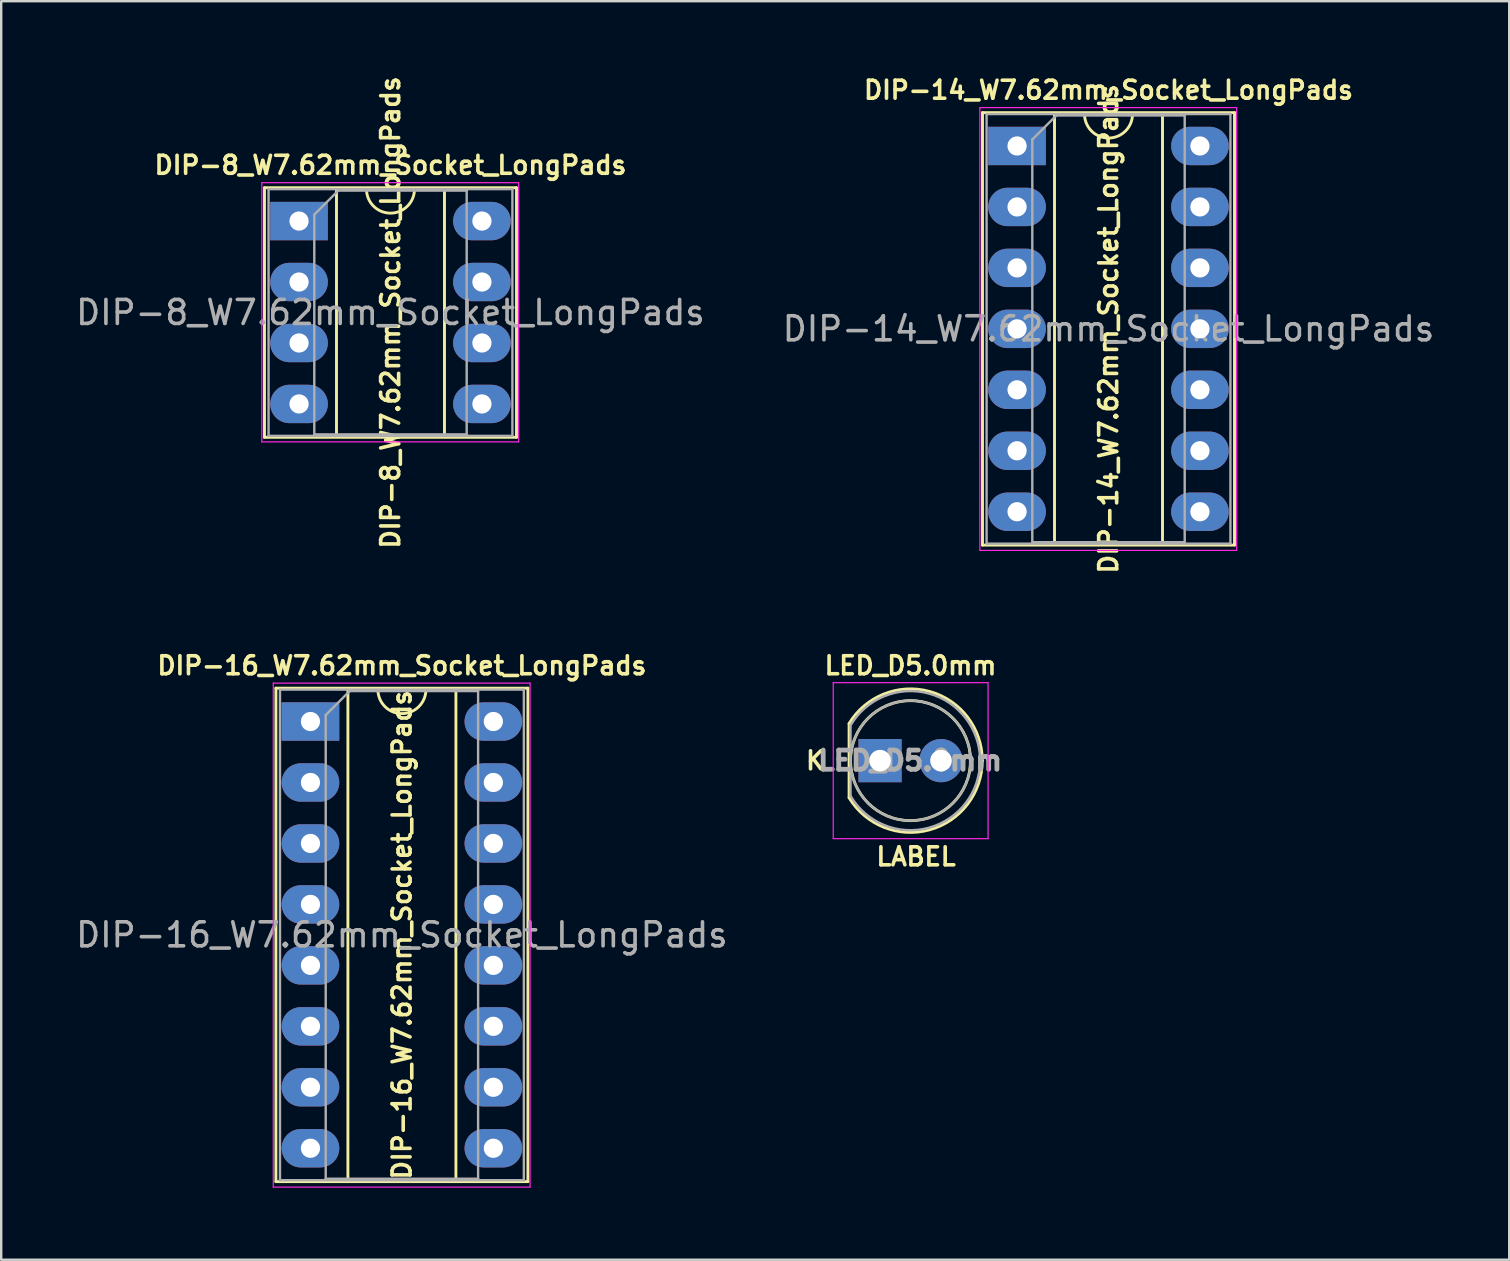
<source format=kicad_pcb>
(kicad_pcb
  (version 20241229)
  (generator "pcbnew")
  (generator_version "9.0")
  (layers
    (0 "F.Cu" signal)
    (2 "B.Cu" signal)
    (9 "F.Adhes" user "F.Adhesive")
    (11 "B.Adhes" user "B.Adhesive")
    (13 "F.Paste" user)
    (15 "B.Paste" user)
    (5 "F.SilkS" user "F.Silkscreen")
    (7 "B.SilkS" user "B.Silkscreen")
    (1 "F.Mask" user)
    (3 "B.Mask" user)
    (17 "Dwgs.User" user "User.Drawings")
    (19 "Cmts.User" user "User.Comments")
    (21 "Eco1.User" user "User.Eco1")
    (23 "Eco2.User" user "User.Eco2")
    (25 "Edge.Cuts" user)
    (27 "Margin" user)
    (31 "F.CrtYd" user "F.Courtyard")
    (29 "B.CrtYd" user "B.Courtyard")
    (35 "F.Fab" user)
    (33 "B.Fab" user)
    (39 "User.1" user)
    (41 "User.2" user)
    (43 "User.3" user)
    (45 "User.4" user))
  (footprint "DIP-14_W7.62mm_Socket_LongPads"
    (layer "F.Cu")
    (at 39.327 3.032)
    (property "Reference" "DIP-14_W7.62mm_Socket_LongPads" (at 3.81 -2.33 0) (layer "F.SilkS") (effects (font (size 0.75 0.75) (thickness 0.15))))
    (property "Value" "DIP-14_W7.62mm_Socket_LongPads" (at 3.81 17.57 0) (layer "F.Fab") (hide yes) (effects (font (size 1 1) (thickness 0.15))))
    (attr through_hole)
    (fp_line (start -1.44 -1.39) (end -1.44 16.63) (stroke (width 0.12) (type solid)) (layer "F.SilkS"))
    (fp_line (start -1.44 16.63) (end 9.06 16.63) (stroke (width 0.12) (type solid)) (layer "F.SilkS"))
    (fp_line (start 1.56 -1.33) (end 1.56 16.57) (stroke (width 0.12) (type solid)) (layer "F.SilkS"))
    (fp_line (start 1.56 16.57) (end 6.06 16.57) (stroke (width 0.12) (type solid)) (layer "F.SilkS"))
    (fp_line (start 2.81 -1.33) (end 1.56 -1.33) (stroke (width 0.12) (type solid)) (layer "F.SilkS"))
    (fp_line (start 6.06 -1.33) (end 4.81 -1.33) (stroke (width 0.12) (type solid)) (layer "F.SilkS"))
    (fp_line (start 6.06 16.57) (end 6.06 -1.33) (stroke (width 0.12) (type solid)) (layer "F.SilkS"))
    (fp_line (start 9.06 -1.39) (end -1.44 -1.39) (stroke (width 0.12) (type solid)) (layer "F.SilkS"))
    (fp_line (start 9.06 16.63) (end 9.06 -1.39) (stroke (width 0.12) (type solid)) (layer "F.SilkS"))
    (fp_arc (start 4.81 -1.33) (mid 3.81 -0.33) (end 2.81 -1.33) (stroke (width 0.12) (type solid)) (layer "F.SilkS"))
    (fp_line (start -1.55 -1.6) (end -1.55 16.85) (stroke (width 0.05) (type solid)) (layer "F.CrtYd"))
    (fp_line (start -1.55 16.85) (end 9.15 16.85) (stroke (width 0.05) (type solid)) (layer "F.CrtYd"))
    (fp_line (start 9.15 -1.6) (end -1.55 -1.6) (stroke (width 0.05) (type solid)) (layer "F.CrtYd"))
    (fp_line (start 9.15 16.85) (end 9.15 -1.6) (stroke (width 0.05) (type solid)) (layer "F.CrtYd"))
    (fp_line (start -1.27 -1.33) (end -1.27 16.57) (stroke (width 0.1) (type solid)) (layer "F.Fab"))
    (fp_line (start -1.27 16.57) (end 8.89 16.57) (stroke (width 0.1) (type solid)) (layer "F.Fab"))
    (fp_line (start 0.635 -0.27) (end 1.635 -1.27) (stroke (width 0.1) (type solid)) (layer "F.Fab"))
    (fp_line (start 0.635 16.51) (end 0.635 -0.27) (stroke (width 0.1) (type solid)) (layer "F.Fab"))
    (fp_line (start 1.635 -1.27) (end 6.985 -1.27) (stroke (width 0.1) (type solid)) (layer "F.Fab"))
    (fp_line (start 6.985 -1.27) (end 6.985 16.51) (stroke (width 0.1) (type solid)) (layer "F.Fab"))
    (fp_line (start 6.985 16.51) (end 0.635 16.51) (stroke (width 0.1) (type solid)) (layer "F.Fab"))
    (fp_line (start 8.89 -1.33) (end -1.27 -1.33) (stroke (width 0.1) (type solid)) (layer "F.Fab"))
    (fp_line (start 8.89 16.57) (end 8.89 -1.33) (stroke (width 0.1) (type solid)) (layer "F.Fab"))
    (fp_text user "${VALUE}" (at 3.81 7.62 90) (layer "F.SilkS") (effects (font (size 0.75 0.75) (thickness 0.15))))
    (fp_text user "${REFERENCE}" (at 3.81 7.62 0) (layer "F.Fab") (effects (font (size 1 1) (thickness 0.15))))
    (pad "1" thru_hole rect (at 0 0) (size 2.4 1.6) (drill 0.8) (layers "*.Cu" "*.Mask"))
    (pad "2" thru_hole oval (at 0 2.54) (size 2.4 1.6) (drill 0.8) (layers "*.Cu" "*.Mask"))
    (pad "3" thru_hole oval (at 0 5.08) (size 2.4 1.6) (drill 0.8) (layers "*.Cu" "*.Mask"))
    (pad "4" thru_hole oval (at 0 7.62) (size 2.4 1.6) (drill 0.8) (layers "*.Cu" "*.Mask"))
    (pad "5" thru_hole oval (at 0 10.16) (size 2.4 1.6) (drill 0.8) (layers "*.Cu" "*.Mask"))
    (pad "6" thru_hole oval (at 0 12.7) (size 2.4 1.6) (drill 0.8) (layers "*.Cu" "*.Mask"))
    (pad "7" thru_hole oval (at 0 15.24) (size 2.4 1.6) (drill 0.8) (layers "*.Cu" "*.Mask"))
    (pad "8" thru_hole oval (at 7.62 15.24) (size 2.4 1.6) (drill 0.8) (layers "*.Cu" "*.Mask"))
    (pad "9" thru_hole oval (at 7.62 12.7) (size 2.4 1.6) (drill 0.8) (layers "*.Cu" "*.Mask"))
    (pad "10" thru_hole oval (at 7.62 10.16) (size 2.4 1.6) (drill 0.8) (layers "*.Cu" "*.Mask"))
    (pad "11" thru_hole oval (at 7.62 7.62) (size 2.4 1.6) (drill 0.8) (layers "*.Cu" "*.Mask"))
    (pad "12" thru_hole oval (at 7.62 5.08) (size 2.4 1.6) (drill 0.8) (layers "*.Cu" "*.Mask"))
    (pad "13" thru_hole oval (at 7.62 2.54) (size 2.4 1.6) (drill 0.8) (layers "*.Cu" "*.Mask"))
    (pad "14" thru_hole oval (at 7.62 0) (size 2.4 1.6) (drill 0.8) (layers "*.Cu" "*.Mask")))
  (footprint "DIP-16_W7.62mm_Socket_LongPads"
    (layer "F.Cu")
    (at 9.886 27.013)
    (property "Reference" "DIP-16_W7.62mm_Socket_LongPads" (at 3.81 -2.33 0) (layer "F.SilkS") (effects (font (size 0.75 0.75) (thickness 0.15))))
    (property "Value" "DIP-16_W7.62mm_Socket_LongPads" (at 3.81 20.11 0) (layer "F.Fab") (hide yes) (effects (font (size 1 1) (thickness 0.15))))
    (attr through_hole)
    (fp_line (start -1.44 -1.39) (end -1.44 19.17) (stroke (width 0.12) (type solid)) (layer "F.SilkS"))
    (fp_line (start -1.44 19.17) (end 9.06 19.17) (stroke (width 0.12) (type solid)) (layer "F.SilkS"))
    (fp_line (start 1.56 -1.33) (end 1.56 19.11) (stroke (width 0.12) (type solid)) (layer "F.SilkS"))
    (fp_line (start 1.56 19.11) (end 6.06 19.11) (stroke (width 0.12) (type solid)) (layer "F.SilkS"))
    (fp_line (start 2.81 -1.33) (end 1.56 -1.33) (stroke (width 0.12) (type solid)) (layer "F.SilkS"))
    (fp_line (start 6.06 -1.33) (end 4.81 -1.33) (stroke (width 0.12) (type solid)) (layer "F.SilkS"))
    (fp_line (start 6.06 19.11) (end 6.06 -1.33) (stroke (width 0.12) (type solid)) (layer "F.SilkS"))
    (fp_line (start 9.06 -1.39) (end -1.44 -1.39) (stroke (width 0.12) (type solid)) (layer "F.SilkS"))
    (fp_line (start 9.06 19.17) (end 9.06 -1.39) (stroke (width 0.12) (type solid)) (layer "F.SilkS"))
    (fp_arc (start 4.81 -1.33) (mid 3.81 -0.33) (end 2.81 -1.33) (stroke (width 0.12) (type solid)) (layer "F.SilkS"))
    (fp_line (start -1.55 -1.6) (end -1.55 19.4) (stroke (width 0.05) (type solid)) (layer "F.CrtYd"))
    (fp_line (start -1.55 19.4) (end 9.15 19.4) (stroke (width 0.05) (type solid)) (layer "F.CrtYd"))
    (fp_line (start 9.15 -1.6) (end -1.55 -1.6) (stroke (width 0.05) (type solid)) (layer "F.CrtYd"))
    (fp_line (start 9.15 19.4) (end 9.15 -1.6) (stroke (width 0.05) (type solid)) (layer "F.CrtYd"))
    (fp_line (start -1.27 -1.33) (end -1.27 19.11) (stroke (width 0.1) (type solid)) (layer "F.Fab"))
    (fp_line (start -1.27 19.11) (end 8.89 19.11) (stroke (width 0.1) (type solid)) (layer "F.Fab"))
    (fp_line (start 0.635 -0.27) (end 1.635 -1.27) (stroke (width 0.1) (type solid)) (layer "F.Fab"))
    (fp_line (start 0.635 19.05) (end 0.635 -0.27) (stroke (width 0.1) (type solid)) (layer "F.Fab"))
    (fp_line (start 1.635 -1.27) (end 6.985 -1.27) (stroke (width 0.1) (type solid)) (layer "F.Fab"))
    (fp_line (start 6.985 -1.27) (end 6.985 19.05) (stroke (width 0.1) (type solid)) (layer "F.Fab"))
    (fp_line (start 6.985 19.05) (end 0.635 19.05) (stroke (width 0.1) (type solid)) (layer "F.Fab"))
    (fp_line (start 8.89 -1.33) (end -1.27 -1.33) (stroke (width 0.1) (type solid)) (layer "F.Fab"))
    (fp_line (start 8.89 19.11) (end 8.89 -1.33) (stroke (width 0.1) (type solid)) (layer "F.Fab"))
    (fp_text user "${VALUE}" (at 3.81 8.89 90) (layer "F.SilkS") (effects (font (size 0.75 0.75) (thickness 0.15))))
    (fp_text user "${REFERENCE}" (at 3.81 8.89 0) (layer "F.Fab") (effects (font (size 1 1) (thickness 0.15))))
    (pad "1" thru_hole rect (at 0 0) (size 2.4 1.6) (drill 0.8) (layers "*.Cu" "*.Mask"))
    (pad "2" thru_hole oval (at 0 2.54) (size 2.4 1.6) (drill 0.8) (layers "*.Cu" "*.Mask"))
    (pad "3" thru_hole oval (at 0 5.08) (size 2.4 1.6) (drill 0.8) (layers "*.Cu" "*.Mask"))
    (pad "4" thru_hole oval (at 0 7.62) (size 2.4 1.6) (drill 0.8) (layers "*.Cu" "*.Mask"))
    (pad "5" thru_hole oval (at 0 10.16) (size 2.4 1.6) (drill 0.8) (layers "*.Cu" "*.Mask"))
    (pad "6" thru_hole oval (at 0 12.7) (size 2.4 1.6) (drill 0.8) (layers "*.Cu" "*.Mask"))
    (pad "7" thru_hole oval (at 0 15.24) (size 2.4 1.6) (drill 0.8) (layers "*.Cu" "*.Mask"))
    (pad "8" thru_hole oval (at 0 17.78) (size 2.4 1.6) (drill 0.8) (layers "*.Cu" "*.Mask"))
    (pad "9" thru_hole oval (at 7.62 17.78) (size 2.4 1.6) (drill 0.8) (layers "*.Cu" "*.Mask"))
    (pad "10" thru_hole oval (at 7.62 15.24) (size 2.4 1.6) (drill 0.8) (layers "*.Cu" "*.Mask"))
    (pad "11" thru_hole oval (at 7.62 12.7) (size 2.4 1.6) (drill 0.8) (layers "*.Cu" "*.Mask"))
    (pad "12" thru_hole oval (at 7.62 10.16) (size 2.4 1.6) (drill 0.8) (layers "*.Cu" "*.Mask"))
    (pad "13" thru_hole oval (at 7.62 7.62) (size 2.4 1.6) (drill 0.8) (layers "*.Cu" "*.Mask"))
    (pad "14" thru_hole oval (at 7.62 5.08) (size 2.4 1.6) (drill 0.8) (layers "*.Cu" "*.Mask"))
    (pad "15" thru_hole oval (at 7.62 2.54) (size 2.4 1.6) (drill 0.8) (layers "*.Cu" "*.Mask"))
    (pad "16" thru_hole oval (at 7.62 0) (size 2.4 1.6) (drill 0.8) (layers "*.Cu" "*.Mask")))
  (footprint "DIP-8_W7.62mm_Socket_LongPads"
    (layer "F.Cu")
    (at 9.41 6.161)
    (property "Reference" "DIP-8_W7.62mm_Socket_LongPads" (at 3.81 -2.33 0) (layer "F.SilkS") (effects (font (size 0.75 0.75) (thickness 0.15))))
    (property "Value" "DIP-8_W7.62mm_Socket_LongPads" (at 3.81 9.95 180) (layer "F.Fab") (hide yes) (effects (font (size 1 1) (thickness 0.15))))
    (attr through_hole)
    (fp_line (start -1.44 -1.39) (end -1.44 9.01) (stroke (width 0.12) (type solid)) (layer "F.SilkS"))
    (fp_line (start -1.44 9.01) (end 9.06 9.01) (stroke (width 0.12) (type solid)) (layer "F.SilkS"))
    (fp_line (start 1.56 -1.33) (end 1.56 8.95) (stroke (width 0.12) (type solid)) (layer "F.SilkS"))
    (fp_line (start 1.56 8.95) (end 6.06 8.95) (stroke (width 0.12) (type solid)) (layer "F.SilkS"))
    (fp_line (start 2.81 -1.33) (end 1.56 -1.33) (stroke (width 0.12) (type solid)) (layer "F.SilkS"))
    (fp_line (start 6.06 -1.33) (end 4.81 -1.33) (stroke (width 0.12) (type solid)) (layer "F.SilkS"))
    (fp_line (start 6.06 8.95) (end 6.06 -1.33) (stroke (width 0.12) (type solid)) (layer "F.SilkS"))
    (fp_line (start 9.06 -1.39) (end -1.44 -1.39) (stroke (width 0.12) (type solid)) (layer "F.SilkS"))
    (fp_line (start 9.06 9.01) (end 9.06 -1.39) (stroke (width 0.12) (type solid)) (layer "F.SilkS"))
    (fp_arc (start 4.81 -1.33) (mid 3.81 -0.33) (end 2.81 -1.33) (stroke (width 0.12) (type solid)) (layer "F.SilkS"))
    (fp_line (start -1.55 -1.6) (end -1.55 9.2) (stroke (width 0.05) (type solid)) (layer "F.CrtYd"))
    (fp_line (start -1.55 9.2) (end 9.15 9.2) (stroke (width 0.05) (type solid)) (layer "F.CrtYd"))
    (fp_line (start 9.15 -1.6) (end -1.55 -1.6) (stroke (width 0.05) (type solid)) (layer "F.CrtYd"))
    (fp_line (start 9.15 9.2) (end 9.15 -1.6) (stroke (width 0.05) (type solid)) (layer "F.CrtYd"))
    (fp_line (start -1.27 -1.33) (end -1.27 8.95) (stroke (width 0.1) (type solid)) (layer "F.Fab"))
    (fp_line (start -1.27 8.95) (end 8.89 8.95) (stroke (width 0.1) (type solid)) (layer "F.Fab"))
    (fp_line (start 0.635 -0.27) (end 1.635 -1.27) (stroke (width 0.1) (type solid)) (layer "F.Fab"))
    (fp_line (start 0.635 8.89) (end 0.635 -0.27) (stroke (width 0.1) (type solid)) (layer "F.Fab"))
    (fp_line (start 1.635 -1.27) (end 6.985 -1.27) (stroke (width 0.1) (type solid)) (layer "F.Fab"))
    (fp_line (start 6.985 -1.27) (end 6.985 8.89) (stroke (width 0.1) (type solid)) (layer "F.Fab"))
    (fp_line (start 6.985 8.89) (end 0.635 8.89) (stroke (width 0.1) (type solid)) (layer "F.Fab"))
    (fp_line (start 8.89 -1.33) (end -1.27 -1.33) (stroke (width 0.1) (type solid)) (layer "F.Fab"))
    (fp_line (start 8.89 8.95) (end 8.89 -1.33) (stroke (width 0.1) (type solid)) (layer "F.Fab"))
    (fp_text user "${VALUE}" (at 3.81 3.81 90) (layer "F.SilkS") (effects (font (size 0.75 0.75) (thickness 0.15))))
    (fp_text user "${REFERENCE}" (at 3.81 3.81 0) (layer "F.Fab") (effects (font (size 1 1) (thickness 0.15))))
    (pad "1" thru_hole rect (at 0 0) (size 2.4 1.6) (drill 0.8) (layers "*.Cu" "*.Mask"))
    (pad "2" thru_hole oval (at 0 2.54) (size 2.4 1.6) (drill 0.8) (layers "*.Cu" "*.Mask"))
    (pad "3" thru_hole oval (at 0 5.08) (size 2.4 1.6) (drill 0.8) (layers "*.Cu" "*.Mask"))
    (pad "4" thru_hole oval (at 0 7.62) (size 2.4 1.6) (drill 0.8) (layers "*.Cu" "*.Mask"))
    (pad "5" thru_hole oval (at 7.62 7.62) (size 2.4 1.6) (drill 0.8) (layers "*.Cu" "*.Mask"))
    (pad "6" thru_hole oval (at 7.62 5.08) (size 2.4 1.6) (drill 0.8) (layers "*.Cu" "*.Mask"))
    (pad "7" thru_hole oval (at 7.62 2.54) (size 2.4 1.6) (drill 0.8) (layers "*.Cu" "*.Mask"))
    (pad "8" thru_hole oval (at 7.62 0) (size 2.4 1.6) (drill 0.8) (layers "*.Cu" "*.Mask")))
  (footprint "LED_D5.0mm"
    (layer "F.Cu")
    (at 33.618 28.643)
    (property "Reference" "LED_D5.0mm" (at 1.27 -3.96 0) (layer "F.SilkS") (effects (font (size 0.75 0.75) (thickness 0.15))))
    (attr through_hole)
    (fp_line (start -1.29 -1.545) (end -1.29 1.545) (stroke (width 0.12) (type solid)) (layer "F.SilkS"))
    (fp_arc (start -1.29 -1.54483) (mid 2.072002 -2.880433) (end 4.26 0.000462) (stroke (width 0.12) (type solid)) (layer "F.SilkS"))
    (fp_arc (start 4.26 -0.000462) (mid 2.072002 2.880433) (end -1.29 1.54483) (stroke (width 0.12) (type solid)) (layer "F.SilkS"))
    (fp_circle (center 1.27 0) (end 3.77 0) (stroke (width 0.12) (type solid)) (fill no) (layer "F.SilkS"))
    (fp_line (start -1.95 -3.25) (end -1.95 3.25) (stroke (width 0.05) (type solid)) (layer "F.CrtYd"))
    (fp_line (start -1.95 3.25) (end 4.5 3.25) (stroke (width 0.05) (type solid)) (layer "F.CrtYd"))
    (fp_line (start 4.5 -3.25) (end -1.95 -3.25) (stroke (width 0.05) (type solid)) (layer "F.CrtYd"))
    (fp_line (start 4.5 3.25) (end 4.5 -3.25) (stroke (width 0.05) (type solid)) (layer "F.CrtYd"))
    (fp_line (start -1.23 -1.47) (end -1.23 1.47) (stroke (width 0.1) (type solid)) (layer "F.Fab"))
    (fp_arc (start -1.23 -1.469694) (mid 4.17 0.000016) (end -1.230016 1.469666) (stroke (width 0.1) (type solid)) (layer "F.Fab"))
    (fp_circle (center 1.27 0) (end 3.77 0) (stroke (width 0.1) (type solid)) (fill no) (layer "F.Fab"))
    (fp_text user "LABEL" (at 1.5 4 0) (layer "F.SilkS") (effects (font (size 0.75 0.75) (thickness 0.15))))
    (fp_text user "K" (at -2.7 0 0) (layer "F.SilkS") (effects (font (size 0.75 0.75) (thickness 0.15))))
    (fp_text user "${REFERENCE}" (at 1.25 0 0) (layer "F.Fab") (effects (font (size 0.8 0.8) (thickness 0.2))))
    (pad "1" thru_hole rect (at 0 0) (size 1.8 1.8) (drill 0.9) (layers "*.Cu" "*.Mask"))
    (pad "2" thru_hole circle (at 2.54 0) (size 1.8 1.8) (drill 0.9) (layers "*.Cu" "*.Mask")))
  (gr_rect
    (start -3 -3)
    (end 59.833 49.438)
    (stroke (width 0.1) (type default))
    (fill no)
    (layer "Edge.Cuts")))
</source>
